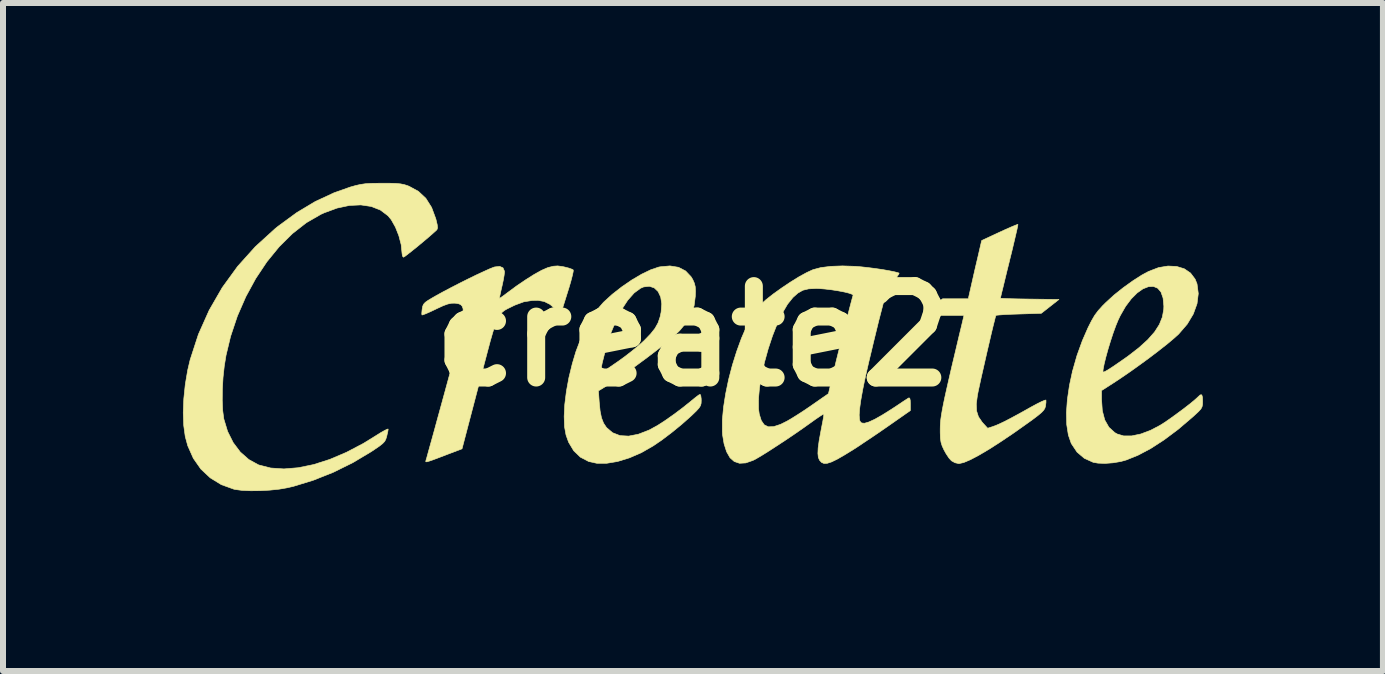
<source format=kicad_pcb>
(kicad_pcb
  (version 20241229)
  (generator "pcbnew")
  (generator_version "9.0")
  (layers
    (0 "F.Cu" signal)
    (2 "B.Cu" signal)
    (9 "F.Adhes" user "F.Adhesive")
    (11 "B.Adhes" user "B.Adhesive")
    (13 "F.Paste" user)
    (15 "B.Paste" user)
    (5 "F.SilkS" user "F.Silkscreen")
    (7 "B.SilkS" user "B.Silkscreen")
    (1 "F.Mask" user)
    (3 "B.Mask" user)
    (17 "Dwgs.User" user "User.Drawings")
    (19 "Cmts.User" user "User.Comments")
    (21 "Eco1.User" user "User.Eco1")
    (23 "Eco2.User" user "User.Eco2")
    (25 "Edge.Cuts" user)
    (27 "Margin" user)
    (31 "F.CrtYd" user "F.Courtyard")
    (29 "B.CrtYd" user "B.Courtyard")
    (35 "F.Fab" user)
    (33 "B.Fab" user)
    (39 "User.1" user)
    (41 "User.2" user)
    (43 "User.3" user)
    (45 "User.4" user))
  (footprint "create2"
    (layer "F.Cu")
    (at 8.501 2.554)
    (property "Reference" "create2" (at 0 0 0) (layer "F.SilkS") (effects (font (size 1.524 1.524) (thickness 0.3))))
    (attr through_hole)
    (fp_poly (pts (xy -2.173 -1.16) (xy -2.144 -1.154) (xy -2.069 -1.135) (xy -2.014 -1.115) (xy -1.994 -1.103) (xy -1.996 -1.074) (xy -2.01 -1.01) (xy -2.034 -0.917) (xy -2.067 -0.804) (xy -2.092 -0.725) (xy -2.203 -0.369) (xy -2.285 -0.448) (xy -2.384 -0.531) (xy -2.478 -0.578) (xy -2.582 -0.597) (xy -2.679 -0.595) (xy -2.818 -0.573) (xy -2.954 -0.523) (xy -2.984 -0.51) (xy -3.045 -0.48) (xy -3.096 -0.455) (xy -3.14 -0.43) (xy -3.178 -0.4) (xy -3.211 -0.364) (xy -3.242 -0.315) (xy -3.272 -0.251) (xy -3.303 -0.167) (xy -3.337 -0.06) (xy -3.376 0.075) (xy -3.42 0.24) (xy -3.473 0.441) (xy -3.536 0.682) (xy -3.562 0.783) (xy -3.849 1.878) (xy -4.112 1.978) (xy -4.243 2.028) (xy -4.336 2.063) (xy -4.398 2.084) (xy -4.434 2.094) (xy -4.451 2.094) (xy -4.454 2.085) (xy -4.449 2.069) (xy -4.448 2.063) (xy -4.438 2.031) (xy -4.419 1.961) (xy -4.39 1.856) (xy -4.353 1.724) (xy -4.31 1.569) (xy -4.263 1.396) (xy -4.225 1.258) (xy -4.136 0.934) (xy -4.059 0.651) (xy -3.994 0.407) (xy -3.94 0.199) (xy -3.897 0.024) (xy -3.865 -0.122) (xy -3.843 -0.24) (xy -3.83 -0.334) (xy -3.827 -0.406) (xy -3.832 -0.46) (xy -3.846 -0.498) (xy -3.868 -0.523) (xy -3.898 -0.538) (xy -3.935 -0.546) (xy -3.968 -0.55) (xy -4.024 -0.549) (xy -4.086 -0.536) (xy -4.163 -0.508) (xy -4.267 -0.46) (xy -4.287 -0.45) (xy -4.378 -0.407) (xy -4.453 -0.374) (xy -4.502 -0.356) (xy -4.517 -0.353) (xy -4.52 -0.38) (xy -4.515 -0.435) (xy -4.512 -0.458) (xy -4.504 -0.5) (xy -4.489 -0.533) (xy -4.461 -0.564) (xy -4.411 -0.599) (xy -4.333 -0.645) (xy -4.272 -0.68) (xy -4.159 -0.742) (xy -4.028 -0.811) (xy -3.888 -0.883) (xy -3.746 -0.954) (xy -3.611 -1.02) (xy -3.49 -1.076) (xy -3.391 -1.121) (xy -3.321 -1.149) (xy -3.304 -1.154) (xy -3.221 -1.163) (xy -3.166 -1.139) (xy -3.142 -1.084) (xy -3.141 -1.067) (xy -3.147 -1.015) (xy -3.161 -0.934) (xy -3.181 -0.84) (xy -3.186 -0.82) (xy -3.205 -0.735) (xy -3.219 -0.669) (xy -3.225 -0.634) (xy -3.225 -0.631) (xy -3.206 -0.641) (xy -3.16 -0.673) (xy -3.1 -0.718) (xy -2.939 -0.837) (xy -2.784 -0.942) (xy -2.643 -1.031) (xy -2.522 -1.098) (xy -2.428 -1.139) (xy -2.411 -1.145) (xy -2.325 -1.166) (xy -2.254 -1.171) (xy -2.173 -1.16)) (stroke (width 0.01) (type solid)) (fill yes) (layer "F.SilkS"))
    (fp_poly (pts (xy -0.24 -1.148) (xy -0.122 -1.087) (xy -0.031 -0.991) (xy -0.004 -0.947) (xy 0.024 -0.884) (xy 0.039 -0.824) (xy 0.043 -0.749) (xy 0.04 -0.665) (xy 0.02 -0.508) (xy -0.028 -0.366) (xy -0.106 -0.231) (xy -0.221 -0.093) (xy -0.294 -0.02) (xy -0.373 0.049) (xy -0.481 0.139) (xy -0.613 0.242) (xy -0.76 0.354) (xy -0.914 0.468) (xy -1.067 0.579) (xy -1.212 0.68) (xy -1.342 0.767) (xy -1.428 0.822) (xy -1.575 0.912) (xy -1.562 1.097) (xy -1.547 1.247) (xy -1.524 1.362) (xy -1.489 1.451) (xy -1.44 1.524) (xy -1.44 1.524) (xy -1.339 1.61) (xy -1.215 1.658) (xy -1.071 1.666) (xy -0.91 1.635) (xy -0.731 1.566) (xy -0.59 1.489) (xy -0.463 1.407) (xy -0.318 1.305) (xy -0.17 1.194) (xy -0.035 1.086) (xy -0.014 1.068) (xy 0.048 1.018) (xy 0.096 0.982) (xy 0.12 0.97) (xy 0.131 0.99) (xy 0.138 1.042) (xy 0.139 1.071) (xy 0.137 1.119) (xy 0.127 1.157) (xy 0.103 1.196) (xy 0.06 1.244) (xy -0.01 1.312) (xy -0.04 1.34) (xy -0.189 1.472) (xy -0.353 1.606) (xy -0.518 1.731) (xy -0.66 1.828) (xy -0.857 1.941) (xy -1.057 2.028) (xy -1.252 2.088) (xy -1.436 2.119) (xy -1.602 2.119) (xy -1.736 2.09) (xy -1.876 2.017) (xy -1.987 1.91) (xy -2.072 1.768) (xy -2.115 1.648) (xy -2.14 1.51) (xy -2.146 1.338) (xy -2.136 1.139) (xy -2.109 0.921) (xy -2.067 0.691) (xy -2.051 0.626) (xy -1.546 0.626) (xy -1.265 0.434) (xy -1.145 0.348) (xy -1.021 0.252) (xy -0.906 0.158) (xy -0.815 0.076) (xy -0.808 0.069) (xy -0.704 -0.039) (xy -0.631 -0.131) (xy -0.581 -0.221) (xy -0.547 -0.32) (xy -0.53 -0.4) (xy -0.519 -0.537) (xy -0.537 -0.653) (xy -0.58 -0.744) (xy -0.644 -0.805) (xy -0.726 -0.832) (xy -0.821 -0.821) (xy -0.873 -0.799) (xy -0.98 -0.72) (xy -1.086 -0.6) (xy -1.188 -0.444) (xy -1.284 -0.256) (xy -1.372 -0.042) (xy -1.448 0.194) (xy -1.512 0.447) (xy -1.532 0.55) (xy -1.546 0.626) (xy -2.051 0.626) (xy -2.01 0.458) (xy -1.95 0.257) (xy -1.851 -0.005) (xy -1.743 -0.226) (xy -1.623 -0.412) (xy -1.489 -0.566) (xy -1.344 -0.698) (xy -1.184 -0.823) (xy -1.018 -0.937) (xy -0.855 -1.033) (xy -0.704 -1.106) (xy -0.572 -1.151) (xy -0.548 -1.156) (xy -0.383 -1.171) (xy -0.24 -1.148)) (stroke (width 0.01) (type solid)) (fill yes) (layer "F.SilkS"))
    (fp_poly (pts (xy 8.065 -1.162) (xy 8.192 -1.123) (xy 8.296 -1.052) (xy 8.372 -0.951) (xy 8.404 -0.871) (xy 8.425 -0.71) (xy 8.404 -0.541) (xy 8.342 -0.37) (xy 8.241 -0.201) (xy 8.102 -0.04) (xy 8.099 -0.036) (xy 8.018 0.037) (xy 7.906 0.131) (xy 7.77 0.238) (xy 7.618 0.354) (xy 7.457 0.472) (xy 7.295 0.588) (xy 7.139 0.695) (xy 7 0.787) (xy 6.812 0.907) (xy 6.812 1.053) (xy 6.825 1.243) (xy 6.866 1.398) (xy 6.935 1.519) (xy 7.033 1.608) (xy 7.073 1.631) (xy 7.181 1.663) (xy 7.314 1.663) (xy 7.466 1.631) (xy 7.629 1.57) (xy 7.787 1.487) (xy 7.866 1.437) (xy 7.963 1.37) (xy 8.069 1.293) (xy 8.176 1.214) (xy 8.274 1.138) (xy 8.354 1.073) (xy 8.408 1.025) (xy 8.416 1.017) (xy 8.457 0.979) (xy 8.483 0.978) (xy 8.495 1.019) (xy 8.497 1.084) (xy 8.496 1.136) (xy 8.488 1.176) (xy 8.468 1.214) (xy 8.428 1.258) (xy 8.362 1.319) (xy 8.322 1.355) (xy 8.087 1.555) (xy 7.854 1.729) (xy 7.63 1.874) (xy 7.418 1.986) (xy 7.224 2.064) (xy 7.135 2.089) (xy 7.006 2.111) (xy 6.873 2.121) (xy 6.754 2.117) (xy 6.673 2.103) (xy 6.525 2.036) (xy 6.404 1.933) (xy 6.31 1.792) (xy 6.307 1.787) (xy 6.259 1.648) (xy 6.232 1.475) (xy 6.227 1.275) (xy 6.243 1.054) (xy 6.278 0.817) (xy 6.327 0.59) (xy 6.835 0.59) (xy 6.842 0.599) (xy 6.867 0.591) (xy 6.917 0.563) (xy 6.996 0.512) (xy 7.022 0.495) (xy 7.249 0.337) (xy 7.435 0.193) (xy 7.583 0.059) (xy 7.696 -0.069) (xy 7.776 -0.194) (xy 7.826 -0.318) (xy 7.849 -0.446) (xy 7.851 -0.5) (xy 7.838 -0.636) (xy 7.803 -0.736) (xy 7.748 -0.8) (xy 7.677 -0.829) (xy 7.594 -0.825) (xy 7.502 -0.789) (xy 7.406 -0.721) (xy 7.308 -0.623) (xy 7.213 -0.497) (xy 7.124 -0.342) (xy 7.09 -0.271) (xy 7.05 -0.174) (xy 7.006 -0.053) (xy 6.962 0.081) (xy 6.92 0.219) (xy 6.884 0.349) (xy 6.856 0.463) (xy 6.839 0.551) (xy 6.835 0.59) (xy 6.327 0.59) (xy 6.332 0.571) (xy 6.403 0.322) (xy 6.492 0.076) (xy 6.586 -0.139) (xy 6.645 -0.256) (xy 6.698 -0.347) (xy 6.757 -0.426) (xy 6.832 -0.509) (xy 6.89 -0.566) (xy 7.021 -0.686) (xy 7.173 -0.807) (xy 7.333 -0.922) (xy 7.486 -1.02) (xy 7.598 -1.08) (xy 7.763 -1.143) (xy 7.92 -1.169) (xy 8.065 -1.162)) (stroke (width 0.01) (type solid)) (fill yes) (layer "F.SilkS"))
    (fp_poly (pts (xy -5.049 -2.549) (xy -4.95 -2.546) (xy -4.875 -2.539) (xy -4.814 -2.527) (xy -4.757 -2.509) (xy -4.73 -2.498) (xy -4.576 -2.414) (xy -4.452 -2.298) (xy -4.356 -2.146) (xy -4.286 -1.957) (xy -4.281 -1.937) (xy -4.262 -1.856) (xy -4.257 -1.807) (xy -4.266 -1.777) (xy -4.276 -1.766) (xy -4.337 -1.711) (xy -4.415 -1.643) (xy -4.502 -1.57) (xy -4.592 -1.495) (xy -4.677 -1.427) (xy -4.749 -1.37) (xy -4.8 -1.331) (xy -4.825 -1.316) (xy -4.825 -1.316) (xy -4.842 -1.336) (xy -4.849 -1.384) (xy -4.863 -1.525) (xy -4.902 -1.674) (xy -4.959 -1.818) (xy -5.029 -1.942) (xy -5.083 -2.007) (xy -5.209 -2.102) (xy -5.361 -2.162) (xy -5.535 -2.188) (xy -5.727 -2.179) (xy -5.933 -2.135) (xy -6.147 -2.056) (xy -6.2 -2.032) (xy -6.443 -1.892) (xy -6.676 -1.71) (xy -6.897 -1.491) (xy -7.102 -1.24) (xy -7.288 -0.961) (xy -7.453 -0.658) (xy -7.594 -0.335) (xy -7.707 0.003) (xy -7.783 0.319) (xy -7.812 0.497) (xy -7.833 0.689) (xy -7.844 0.885) (xy -7.846 1.072) (xy -7.839 1.238) (xy -7.821 1.372) (xy -7.82 1.38) (xy -7.757 1.588) (xy -7.664 1.774) (xy -7.545 1.932) (xy -7.403 2.057) (xy -7.244 2.144) (xy -7.234 2.148) (xy -7.038 2.198) (xy -6.818 2.213) (xy -6.578 2.193) (xy -6.321 2.14) (xy -6.052 2.054) (xy -5.775 1.936) (xy -5.493 1.788) (xy -5.294 1.665) (xy -5.208 1.611) (xy -5.139 1.572) (xy -5.094 1.55) (xy -5.08 1.549) (xy -5.085 1.585) (xy -5.099 1.646) (xy -5.105 1.673) (xy -5.119 1.717) (xy -5.138 1.754) (xy -5.172 1.79) (xy -5.226 1.833) (xy -5.308 1.889) (xy -5.365 1.927) (xy -5.67 2.109) (xy -5.996 2.27) (xy -6.331 2.403) (xy -6.661 2.504) (xy -6.766 2.528) (xy -6.899 2.551) (xy -7.053 2.567) (xy -7.216 2.576) (xy -7.374 2.577) (xy -7.516 2.571) (xy -7.628 2.556) (xy -7.652 2.551) (xy -7.862 2.475) (xy -8.046 2.362) (xy -8.203 2.215) (xy -8.328 2.036) (xy -8.421 1.827) (xy -8.463 1.672) (xy -8.488 1.49) (xy -8.496 1.277) (xy -8.487 1.045) (xy -8.462 0.804) (xy -8.422 0.567) (xy -8.381 0.393) (xy -8.243 -0.031) (xy -8.064 -0.432) (xy -7.846 -0.81) (xy -7.589 -1.164) (xy -7.294 -1.492) (xy -6.962 -1.794) (xy -6.912 -1.834) (xy -6.605 -2.059) (xy -6.298 -2.243) (xy -5.985 -2.389) (xy -5.714 -2.485) (xy -5.622 -2.511) (xy -5.542 -2.529) (xy -5.46 -2.541) (xy -5.362 -2.547) (xy -5.237 -2.549) (xy -5.184 -2.549) (xy -5.049 -2.549)) (stroke (width 0.01) (type solid)) (fill yes) (layer "F.SilkS"))
    (fp_poly (pts (xy 5.415 -1.84) (xy 5.402 -1.777) (xy 5.38 -1.682) (xy 5.351 -1.559) (xy 5.317 -1.415) (xy 5.277 -1.255) (xy 5.276 -1.249) (xy 5.236 -1.089) (xy 5.201 -0.944) (xy 5.171 -0.82) (xy 5.147 -0.723) (xy 5.132 -0.659) (xy 5.126 -0.634) (xy 5.126 -0.633) (xy 5.148 -0.63) (xy 5.21 -0.627) (xy 5.304 -0.624) (xy 5.424 -0.621) (xy 5.563 -0.619) (xy 5.614 -0.618) (xy 6.102 -0.612) (xy 5.955 -0.496) (xy 5.808 -0.381) (xy 5.434 -0.369) (xy 5.308 -0.365) (xy 5.199 -0.36) (xy 5.115 -0.354) (xy 5.063 -0.349) (xy 5.052 -0.346) (xy 5.043 -0.321) (xy 5.027 -0.256) (xy 5.003 -0.161) (xy 4.974 -0.041) (xy 4.942 0.097) (xy 4.907 0.246) (xy 4.872 0.399) (xy 4.838 0.549) (xy 4.806 0.689) (xy 4.779 0.814) (xy 4.757 0.915) (xy 4.743 0.986) (xy 4.743 0.986) (xy 4.724 1.131) (xy 4.729 1.246) (xy 4.76 1.343) (xy 4.82 1.431) (xy 4.837 1.451) (xy 4.914 1.535) (xy 5.042 1.492) (xy 5.105 1.465) (xy 5.198 1.421) (xy 5.311 1.362) (xy 5.435 1.295) (xy 5.523 1.246) (xy 5.637 1.182) (xy 5.737 1.128) (xy 5.816 1.089) (xy 5.867 1.068) (xy 5.885 1.065) (xy 5.886 1.102) (xy 5.879 1.16) (xy 5.878 1.167) (xy 5.868 1.201) (xy 5.847 1.235) (xy 5.81 1.274) (xy 5.75 1.324) (xy 5.663 1.39) (xy 5.581 1.449) (xy 5.345 1.616) (xy 5.128 1.762) (xy 4.935 1.886) (xy 4.767 1.985) (xy 4.627 2.059) (xy 4.516 2.106) (xy 4.438 2.124) (xy 4.431 2.124) (xy 4.369 2.11) (xy 4.311 2.078) (xy 4.269 2.032) (xy 4.221 1.96) (xy 4.187 1.899) (xy 4.155 1.83) (xy 4.136 1.768) (xy 4.126 1.7) (xy 4.123 1.608) (xy 4.123 1.547) (xy 4.124 1.495) (xy 4.127 1.441) (xy 4.133 1.382) (xy 4.143 1.313) (xy 4.157 1.231) (xy 4.176 1.132) (xy 4.201 1.013) (xy 4.233 0.87) (xy 4.272 0.698) (xy 4.319 0.495) (xy 4.376 0.256) (xy 4.442 -0.023) (xy 4.477 -0.167) (xy 4.519 -0.346) (xy 4.176 -0.346) (xy 4.056 -0.348) (xy 3.955 -0.351) (xy 3.879 -0.356) (xy 3.838 -0.362) (xy 3.833 -0.366) (xy 3.851 -0.387) (xy 3.897 -0.427) (xy 3.965 -0.48) (xy 3.998 -0.504) (xy 4.163 -0.623) (xy 4.591 -0.623) (xy 4.642 -0.849) (xy 4.67 -0.972) (xy 4.703 -1.117) (xy 4.737 -1.262) (xy 4.754 -1.334) (xy 4.814 -1.594) (xy 5.112 -1.733) (xy 5.219 -1.782) (xy 5.31 -1.822) (xy 5.378 -1.85) (xy 5.414 -1.863) (xy 5.418 -1.863) (xy 5.415 -1.84)) (stroke (width 0.01) (type solid)) (fill yes) (layer "F.SilkS"))
    (fp_poly (pts (xy 2.706 -1.164) (xy 2.804 -1.156) (xy 2.922 -1.143) (xy 3.046 -1.127) (xy 3.168 -1.109) (xy 3.276 -1.09) (xy 3.364 -1.072) (xy 3.421 -1.057) (xy 3.438 -1.05) (xy 3.429 -1.029) (xy 3.397 -0.984) (xy 3.354 -0.93) (xy 3.301 -0.864) (xy 3.258 -0.805) (xy 3.239 -0.774) (xy 3.225 -0.736) (xy 3.203 -0.659) (xy 3.174 -0.55) (xy 3.139 -0.415) (xy 3.099 -0.261) (xy 3.058 -0.093) (xy 3.015 0.083) (xy 2.973 0.259) (xy 2.932 0.43) (xy 2.896 0.588) (xy 2.864 0.729) (xy 2.84 0.846) (xy 2.83 0.895) (xy 2.798 1.073) (xy 2.779 1.211) (xy 2.772 1.314) (xy 2.777 1.387) (xy 2.785 1.418) (xy 2.811 1.447) (xy 2.86 1.452) (xy 2.933 1.431) (xy 3.033 1.385) (xy 3.163 1.311) (xy 3.325 1.209) (xy 3.434 1.137) (xy 3.505 1.089) (xy 3.564 1.051) (xy 3.596 1.03) (xy 3.614 1.032) (xy 3.623 1.069) (xy 3.625 1.127) (xy 3.625 1.24) (xy 3.262 1.494) (xy 3.129 1.586) (xy 2.991 1.68) (xy 2.859 1.768) (xy 2.746 1.844) (xy 2.679 1.887) (xy 2.525 1.982) (xy 2.403 2.052) (xy 2.31 2.097) (xy 2.238 2.12) (xy 2.185 2.122) (xy 2.145 2.105) (xy 2.113 2.07) (xy 2.11 2.066) (xy 2.091 2.021) (xy 2.084 1.955) (xy 2.088 1.863) (xy 2.105 1.74) (xy 2.134 1.581) (xy 2.147 1.513) (xy 2.165 1.421) (xy 2.178 1.348) (xy 2.183 1.305) (xy 2.182 1.297) (xy 2.162 1.307) (xy 2.112 1.339) (xy 2.04 1.388) (xy 1.962 1.444) (xy 1.824 1.542) (xy 1.678 1.643) (xy 1.528 1.744) (xy 1.383 1.839) (xy 1.25 1.925) (xy 1.136 1.996) (xy 1.047 2.048) (xy 1.004 2.07) (xy 0.882 2.113) (xy 0.777 2.119) (xy 0.689 2.089) (xy 0.619 2.027) (xy 0.562 1.927) (xy 0.52 1.796) (xy 0.494 1.641) (xy 0.491 1.586) (xy 0.491 1.396) (xy 0.511 1.184) (xy 0.532 1.049) (xy 1.093 1.049) (xy 1.094 1.212) (xy 1.106 1.298) (xy 1.14 1.407) (xy 1.189 1.478) (xy 1.257 1.511) (xy 1.347 1.508) (xy 1.462 1.47) (xy 1.57 1.416) (xy 1.647 1.371) (xy 1.749 1.307) (xy 1.863 1.233) (xy 1.977 1.155) (xy 1.99 1.146) (xy 2.26 0.958) (xy 2.333 0.647) (xy 2.356 0.551) (xy 2.385 0.429) (xy 2.42 0.288) (xy 2.458 0.136) (xy 2.498 -0.022) (xy 2.538 -0.177) (xy 2.575 -0.323) (xy 2.609 -0.454) (xy 2.637 -0.561) (xy 2.658 -0.639) (xy 2.67 -0.68) (xy 2.671 -0.683) (xy 2.655 -0.698) (xy 2.602 -0.717) (xy 2.521 -0.737) (xy 2.421 -0.756) (xy 2.312 -0.773) (xy 2.202 -0.786) (xy 2.1 -0.794) (xy 2.055 -0.795) (xy 1.93 -0.789) (xy 1.834 -0.766) (xy 1.751 -0.719) (xy 1.665 -0.643) (xy 1.665 -0.642) (xy 1.577 -0.532) (xy 1.49 -0.383) (xy 1.405 -0.204) (xy 1.326 -0.003) (xy 1.255 0.212) (xy 1.194 0.432) (xy 1.145 0.651) (xy 1.11 0.859) (xy 1.093 1.049) (xy 0.532 1.049) (xy 0.547 0.956) (xy 0.596 0.72) (xy 0.658 0.483) (xy 0.73 0.253) (xy 0.809 0.036) (xy 0.894 -0.161) (xy 0.983 -0.33) (xy 1.073 -0.464) (xy 1.124 -0.522) (xy 1.219 -0.608) (xy 1.341 -0.704) (xy 1.481 -0.804) (xy 1.627 -0.902) (xy 1.769 -0.99) (xy 1.897 -1.06) (xy 2.001 -1.108) (xy 2.001 -1.108) (xy 2.132 -1.143) (xy 2.299 -1.164) (xy 2.493 -1.171) (xy 2.706 -1.164)) (stroke (width 0.01) (type solid)) (fill yes) (layer "F.SilkS")))
  (gr_rect
    (start -3 -3)
    (end 20.004 8.136)
    (stroke (width 0.1) (type default))
    (fill no)
    (layer "Edge.Cuts")))
</source>
